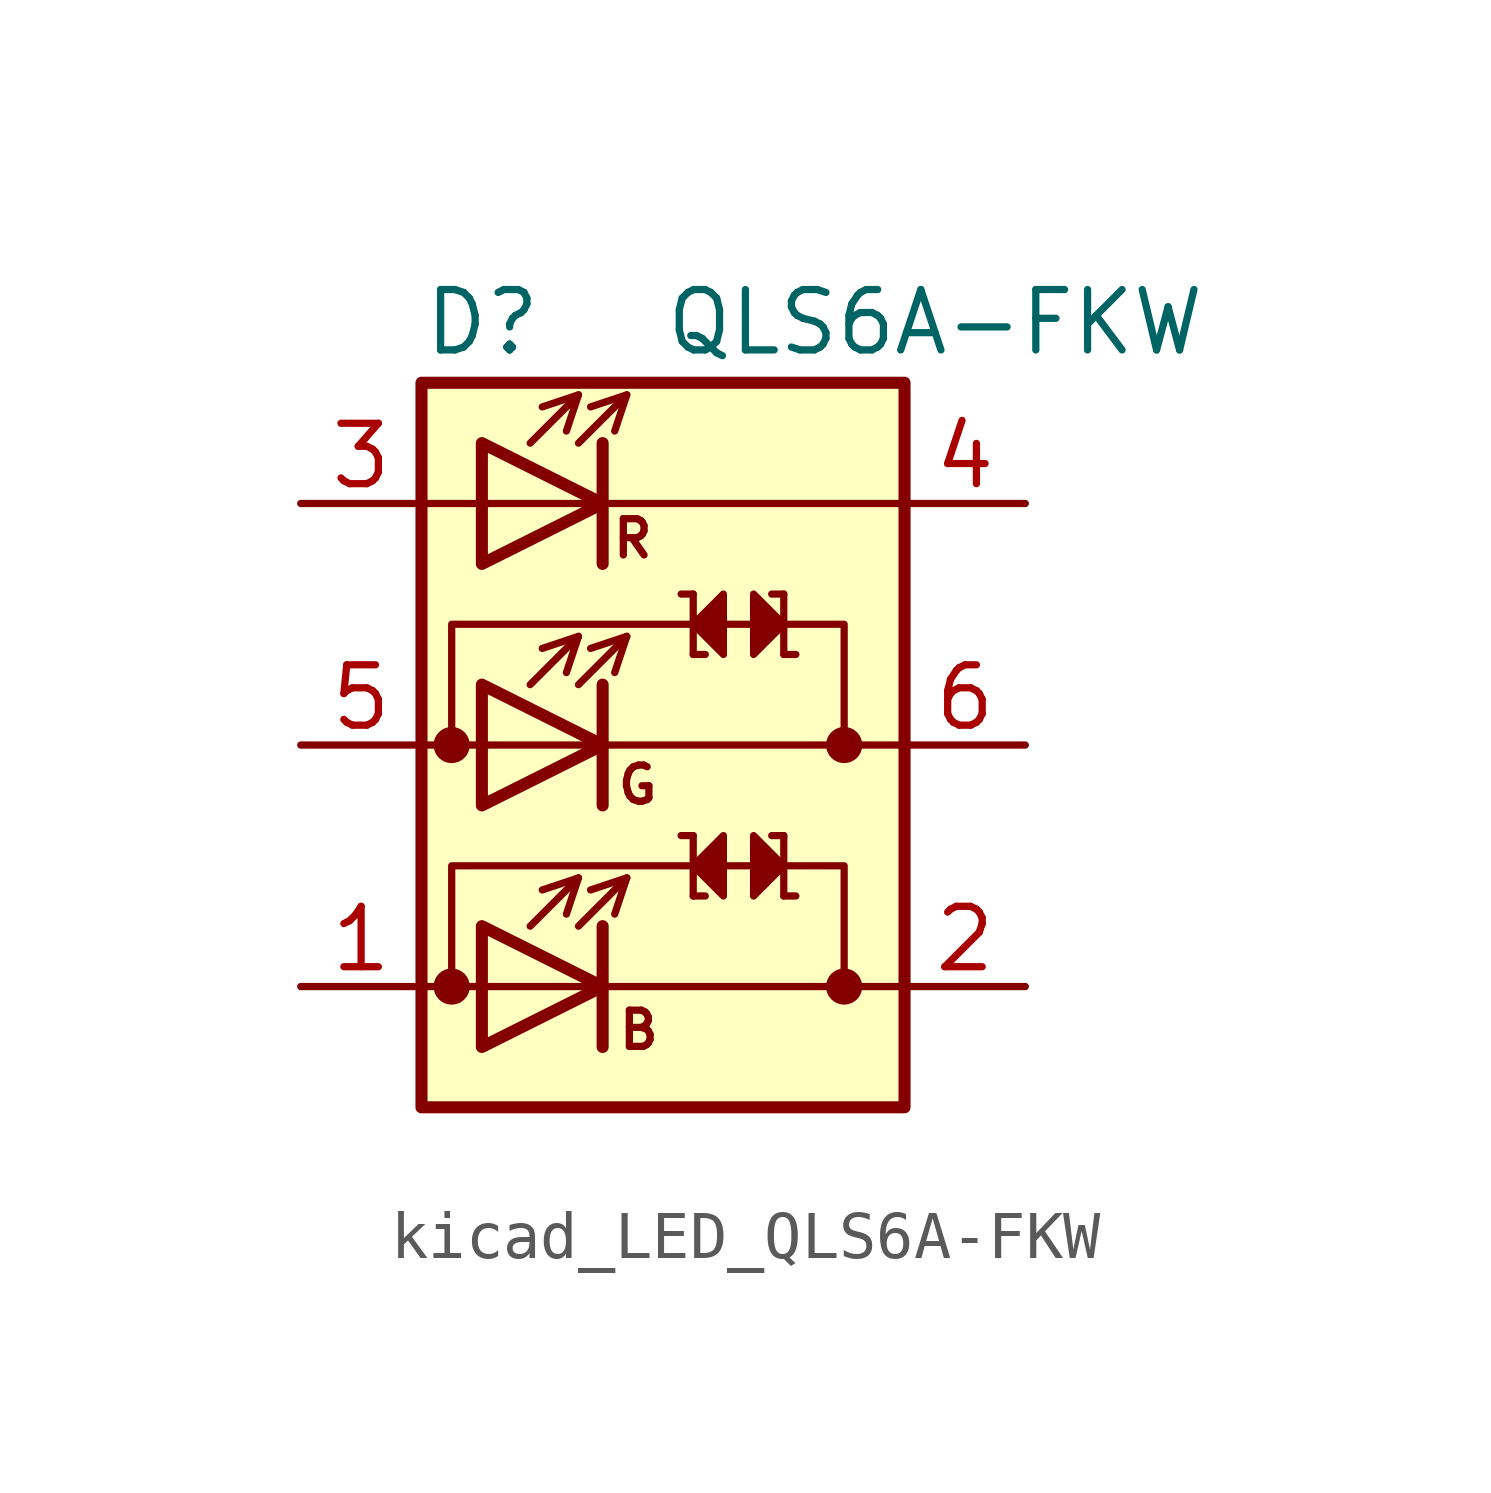
<source format=kicad_sym>
(kicad_symbol_lib
  (version 20220914)
  (generator kicad_symbol_editor)
  (symbol "kicad_LED_QLS6A-FKW"
    (pin_names hide)
    (property "Reference" "D"
      (at -5.08 8.89 0)
      (effects (font (size 1.27 1.27)) (justify left)))
    (property "Value" "QLS6A-FKW"
      (at 0 8.89 0)
      (effects (font (size 1.27 1.27)) (justify left)))
    (symbol "kicad_LED_QLS6A-FKW_0_0"
      (text "B" (at -0.508 -5.994 0) (effects (font (size 0.762 0.762))))
      (text "G" (at -0.533 -0.838 0) (effects (font (size 0.762 0.762))))
      (text "R" (at -0.635 4.343 0) (effects (font (size 0.762 0.762)))))
    (symbol "kicad_LED_QLS6A-FKW_0_1"
      (rectangle (start -5.08 7.62) (end 5.08 -7.62) (stroke (width 0.254) (type default)) (fill (type background)))
      (polyline (pts (xy -5.08 -5.08) (xy 5.08 -5.08)) (stroke (width 0) (type default)) (fill (type none)))
      (polyline (pts (xy -5.08 0) (xy 5.08 0)) (stroke (width 0) (type default)) (fill (type none)))
      (polyline (pts (xy -1.27 -3.81) (xy -1.27 -6.35)) (stroke (width 0.254) (type default)) (fill (type none)))
      (polyline (pts (xy -1.27 1.27) (xy -1.27 -1.27)) (stroke (width 0.254) (type default)) (fill (type none)))
      (polyline (pts (xy -1.27 6.35) (xy -1.27 3.81)) (stroke (width 0.254) (type default)) (fill (type none)))
      (polyline (pts (xy 0.635 -1.905) (xy 0.381 -1.905)) (stroke (width 0) (type default)) (fill (type none)))
      (polyline (pts (xy 0.635 -1.905) (xy 0.635 -3.175)) (stroke (width 0) (type default)) (fill (type none)))
      (polyline (pts (xy 0.635 1.905) (xy 0.889 1.905)) (stroke (width 0) (type default)) (fill (type none)))
      (polyline (pts (xy 0.635 3.175) (xy 0.381 3.175)) (stroke (width 0) (type default)) (fill (type none)))
      (polyline (pts (xy 0.635 3.175) (xy 0.635 1.905)) (stroke (width 0) (type default)) (fill (type none)))
      (polyline (pts (xy 0.889 -3.175) (xy 0.635 -3.175)) (stroke (width 0) (type default)) (fill (type none)))
      (polyline (pts (xy 2.54 -3.175) (xy 2.794 -3.175)) (stroke (width 0) (type default)) (fill (type none)))
      (polyline (pts (xy 2.54 -1.905) (xy 2.286 -1.905)) (stroke (width 0) (type default)) (fill (type none)))
      (polyline (pts (xy 2.54 -1.905) (xy 2.54 -3.175)) (stroke (width 0) (type default)) (fill (type none)))
      (polyline (pts (xy 2.54 1.905) (xy 2.54 3.175)) (stroke (width 0) (type default)) (fill (type none)))
      (polyline (pts (xy 2.54 1.905) (xy 2.794 1.905)) (stroke (width 0) (type default)) (fill (type none)))
      (polyline (pts (xy 2.54 3.175) (xy 2.286 3.175)) (stroke (width 0) (type default)) (fill (type none)))
      (polyline (pts (xy -4.445 0) (xy -4.445 2.54) (xy 3.81 2.54) (xy 3.81 0)) (stroke (width 0) (type default)) (fill (type none)))
      (polyline (pts (xy -3.81 -3.81) (xy -3.81 -6.35) (xy -1.27 -5.08) (xy -3.81 -3.81)) (stroke (width 0.254) (type default)) (fill (type none)))
      (polyline (pts (xy -3.81 1.27) (xy -3.81 -1.27) (xy -1.27 0) (xy -3.81 1.27)) (stroke (width 0.254) (type default)) (fill (type none)))
      (polyline (pts (xy -3.81 6.35) (xy -1.27 5.08) (xy -3.81 3.81) (xy -3.81 6.35)) (stroke (width 0.254) (type default)) (fill (type none)))
      (polyline (pts (xy 0.635 -2.54) (xy 1.27 -3.175) (xy 1.27 -1.905) (xy 0.635 -2.54)) (stroke (width 0) (type default)) (fill (type outline)))
      (polyline (pts (xy 1.27 3.175) (xy 1.27 1.905) (xy 0.635 2.54) (xy 1.27 3.175)) (stroke (width 0) (type default)) (fill (type outline)))
      (polyline (pts (xy 1.905 -1.905) (xy 1.905 -3.175) (xy 2.54 -2.54) (xy 1.905 -1.905)) (stroke (width 0) (type default)) (fill (type outline)))
      (polyline (pts (xy 1.905 3.175) (xy 1.905 1.905) (xy 2.54 2.54) (xy 1.905 3.175)) (stroke (width 0) (type default)) (fill (type outline)))
      (polyline (pts (xy 3.81 -5.08) (xy 3.81 -2.54) (xy -4.445 -2.54) (xy -4.445 -5.08)) (stroke (width 0) (type default)) (fill (type none))))
    (symbol "kicad_LED_QLS6A-FKW_1_1"
      (circle (center -4.445 -5.08) (radius 0.254) (stroke (width 0.254) (type default)) (fill (type outline)))
      (circle (center -4.445 0) (radius 0.254) (stroke (width 0.254) (type default)) (fill (type outline)))
      (polyline (pts (xy -5.08 5.08) (xy 5.08 5.08)) (stroke (width 0) (type default)) (fill (type none)))
      (polyline (pts (xy -2.794 -3.81) (xy -1.778 -2.794)) (stroke (width 0) (type default)) (fill (type none)))
      (polyline (pts (xy -2.794 1.27) (xy -1.778 2.286)) (stroke (width 0) (type default)) (fill (type none)))
      (polyline (pts (xy -2.794 6.35) (xy -1.778 7.366)) (stroke (width 0) (type default)) (fill (type none)))
      (polyline (pts (xy -1.778 -3.81) (xy -0.762 -2.794)) (stroke (width 0) (type default)) (fill (type none)))
      (polyline (pts (xy -1.778 1.27) (xy -0.762 2.286)) (stroke (width 0) (type default)) (fill (type none)))
      (polyline (pts (xy -1.778 6.35) (xy -0.762 7.366)) (stroke (width 0) (type default)) (fill (type none)))
      (polyline (pts (xy -2.54 -3.048) (xy -1.778 -2.794) (xy -2.032 -3.556)) (stroke (width 0) (type default)) (fill (type none)))
      (polyline (pts (xy -2.54 2.032) (xy -1.778 2.286) (xy -2.032 1.524)) (stroke (width 0) (type default)) (fill (type none)))
      (polyline (pts (xy -2.54 7.112) (xy -1.778 7.366) (xy -2.032 6.604)) (stroke (width 0) (type default)) (fill (type none)))
      (polyline (pts (xy -1.524 -3.048) (xy -0.762 -2.794) (xy -1.016 -3.556)) (stroke (width 0) (type default)) (fill (type none)))
      (polyline (pts (xy -1.524 2.032) (xy -0.762 2.286) (xy -1.016 1.524)) (stroke (width 0) (type default)) (fill (type none)))
      (polyline (pts (xy -1.524 7.112) (xy -0.762 7.366) (xy -1.016 6.604)) (stroke (width 0) (type default)) (fill (type none)))
      (circle (center 3.81 -5.08) (radius 0.254) (stroke (width 0.254) (type default)) (fill (type outline)))
      (circle (center 3.81 0) (radius 0.254) (stroke (width 0.254) (type default)) (fill (type outline)))
      (pin passive line (at -7.62 -5.08 0) (length 2.54) (name "AB" (effects (font (size 1.27 1.27)))) (number "1" (effects (font (size 1.27 1.27)))))
      (pin passive line (at 7.62 -5.08 180) (length 2.54) (name "KB" (effects (font (size 1.27 1.27)))) (number "2" (effects (font (size 1.27 1.27)))))
      (pin passive line (at -7.62 5.08 0) (length 2.54) (name "AR" (effects (font (size 1.27 1.27)))) (number "3" (effects (font (size 1.27 1.27)))))
      (pin passive line (at 7.62 5.08 180) (length 2.54) (name "KR" (effects (font (size 1.27 1.27)))) (number "4" (effects (font (size 1.27 1.27)))))
      (pin passive line (at -7.62 0 0) (length 2.54) (name "AG" (effects (font (size 1.27 1.27)))) (number "5" (effects (font (size 1.27 1.27)))))
      (pin passive line (at 7.62 0 180) (length 2.54) (name "KR" (effects (font (size 1.27 1.27)))) (number "6" (effects (font (size 1.27 1.27))))))))
</source>
